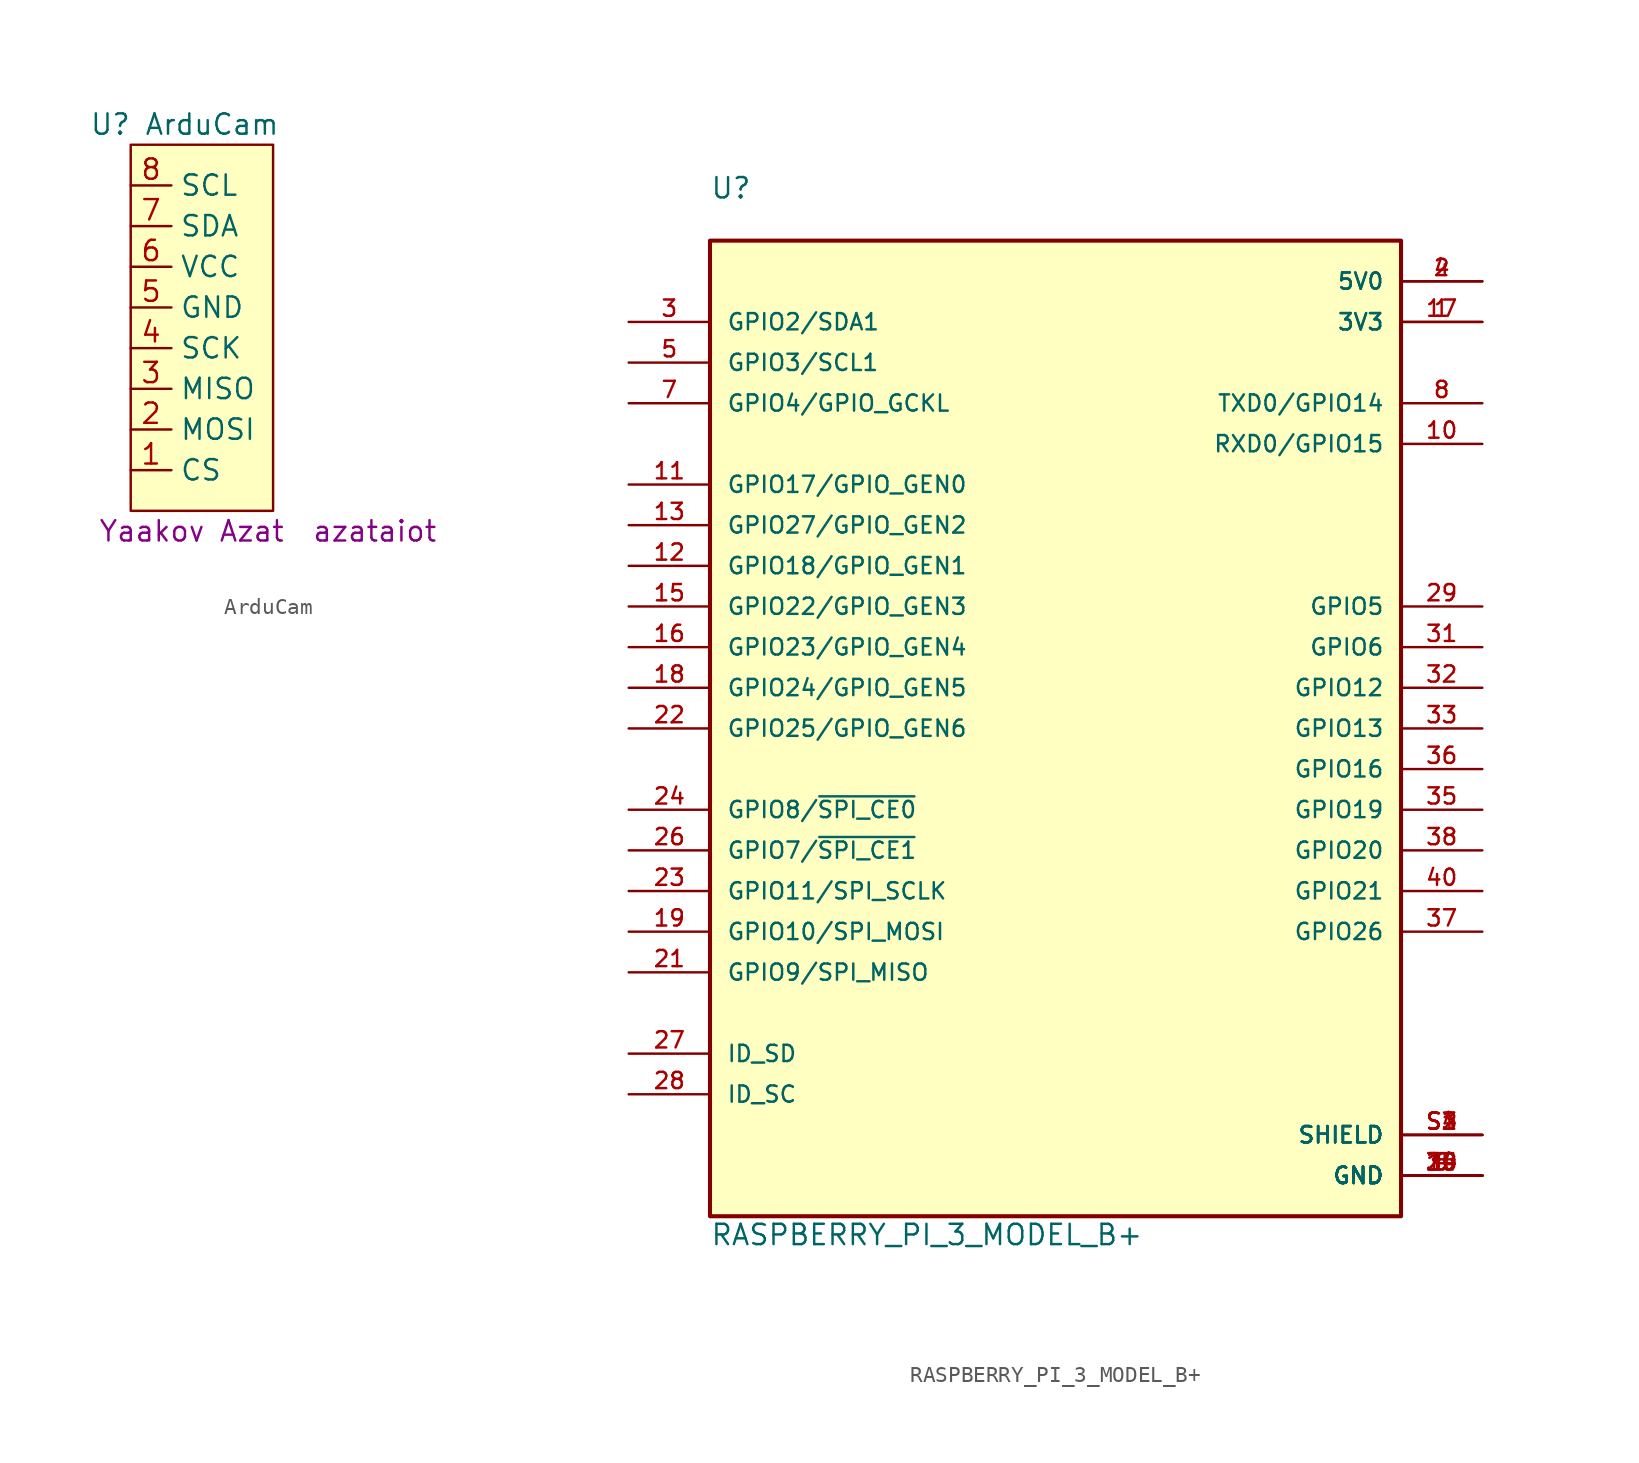
<source format=kicad_sym>
(kicad_symbol_lib
  (version 20211014)
  (generator kicad_symbol_editor)
  (symbol "ArduCam"
    (property "Reference" "U"
      (at -1.27 12.7 0)
      (effects (font (size 1.27 1.27))))
    (property "Value" "ArduCam"
      (at 5.08 12.7 0)
      (effects (font (size 1.27 1.27))))
    (property "Author" "Yaakov Azat"
      (at 3.81 -12.7 0)
      (effects (font (size 1.27 1.27))))
    (property "Github ID" "azataiot"
      (at 15.24 -12.7 0)
      (effects (font (size 1.27 1.27))))
    (symbol "ArduCam_0_1"
      (rectangle (start 0 11.43) (end 8.89 -11.43) (stroke (width 0) (type default) (color 0 0 0 0)) (fill (type background))))
    (symbol "ArduCam_1_1"
      (pin bidirectional line (at 0 -8.89 0) (length 2.54) (name "CS" (effects (font (size 1.27 1.27)))) (number "1" (effects (font (size 1.27 1.27)))))
      (pin bidirectional line (at 0 -6.35 0) (length 2.54) (name "MOSI" (effects (font (size 1.27 1.27)))) (number "2" (effects (font (size 1.27 1.27)))))
      (pin bidirectional line (at 0 -3.81 0) (length 2.54) (name "MISO" (effects (font (size 1.27 1.27)))) (number "3" (effects (font (size 1.27 1.27)))))
      (pin bidirectional line (at 0 -1.27 0) (length 2.54) (name "SCK" (effects (font (size 1.27 1.27)))) (number "4" (effects (font (size 1.27 1.27)))))
      (pin power_in line (at 0 1.27 0) (length 2.54) (name "GND" (effects (font (size 1.27 1.27)))) (number "5" (effects (font (size 1.27 1.27)))))
      (pin power_in line (at 0 3.81 0) (length 2.54) (name "VCC" (effects (font (size 1.27 1.27)))) (number "6" (effects (font (size 1.27 1.27)))))
      (pin bidirectional line (at 0 6.35 0) (length 2.54) (name "SDA" (effects (font (size 1.27 1.27)))) (number "7" (effects (font (size 1.27 1.27)))))
      (pin bidirectional line (at 0 8.89 0) (length 2.54) (name "SCL" (effects (font (size 1.27 1.27)))) (number "8" (effects (font (size 1.27 1.27)))))))
  (symbol "RASPBERRY_PI_3_MODEL_B+"
    (pin_names
      (offset 1.016))
    (property "Reference" "U"
      (at -22.86 27.94 0)
      (effects (font (size 1.27 1.27)) (justify left bottom)))
    (property "Value" "RASPBERRY_PI_3_MODEL_B+"
      (at -22.86 -37.465 0)
      (effects (font (size 1.27 1.27)) (justify left bottom)))
    (property "ki_locked" ""
      (at 0 0 0)
      (effects (font (size 1.27 1.27))))
    (symbol "RASPBERRY_PI_3_MODEL_B+_0_0"
      (rectangle (start -22.86 -35.56) (end 20.32 25.4) (stroke (width 0.254) (type default) (color 0 0 0 0)) (fill (type background)))
      (pin power_in line (at 25.4 20.32 180) (length 5.08) (name "3V3" (effects (font (size 1.016 1.016)))) (number "1" (effects (font (size 1.016 1.016)))))
      (pin bidirectional line (at 25.4 12.7 180) (length 5.08) (name "RXD0/GPIO15" (effects (font (size 1.016 1.016)))) (number "10" (effects (font (size 1.016 1.016)))))
      (pin bidirectional line (at -27.94 10.16 0) (length 5.08) (name "GPIO17/GPIO_GEN0" (effects (font (size 1.016 1.016)))) (number "11" (effects (font (size 1.016 1.016)))))
      (pin bidirectional line (at -27.94 5.08 0) (length 5.08) (name "GPIO18/GPIO_GEN1" (effects (font (size 1.016 1.016)))) (number "12" (effects (font (size 1.016 1.016)))))
      (pin bidirectional line (at -27.94 7.62 0) (length 5.08) (name "GPIO27/GPIO_GEN2" (effects (font (size 1.016 1.016)))) (number "13" (effects (font (size 1.016 1.016)))))
      (pin power_in line (at 25.4 -33.02 180) (length 5.08) (name "GND" (effects (font (size 1.016 1.016)))) (number "14" (effects (font (size 1.016 1.016)))))
      (pin bidirectional line (at -27.94 2.54 0) (length 5.08) (name "GPIO22/GPIO_GEN3" (effects (font (size 1.016 1.016)))) (number "15" (effects (font (size 1.016 1.016)))))
      (pin bidirectional line (at -27.94 0 0) (length 5.08) (name "GPIO23/GPIO_GEN4" (effects (font (size 1.016 1.016)))) (number "16" (effects (font (size 1.016 1.016)))))
      (pin power_in line (at 25.4 20.32 180) (length 5.08) (name "3V3" (effects (font (size 1.016 1.016)))) (number "17" (effects (font (size 1.016 1.016)))))
      (pin bidirectional line (at -27.94 -2.54 0) (length 5.08) (name "GPIO24/GPIO_GEN5" (effects (font (size 1.016 1.016)))) (number "18" (effects (font (size 1.016 1.016)))))
      (pin bidirectional line (at -27.94 -17.78 0) (length 5.08) (name "GPIO10/SPI_MOSI" (effects (font (size 1.016 1.016)))) (number "19" (effects (font (size 1.016 1.016)))))
      (pin power_in line (at 25.4 22.86 180) (length 5.08) (name "5V0" (effects (font (size 1.016 1.016)))) (number "2" (effects (font (size 1.016 1.016)))))
      (pin power_in line (at 25.4 -33.02 180) (length 5.08) (name "GND" (effects (font (size 1.016 1.016)))) (number "20" (effects (font (size 1.016 1.016)))))
      (pin bidirectional line (at -27.94 -20.32 0) (length 5.08) (name "GPIO9/SPI_MISO" (effects (font (size 1.016 1.016)))) (number "21" (effects (font (size 1.016 1.016)))))
      (pin bidirectional line (at -27.94 -5.08 0) (length 5.08) (name "GPIO25/GPIO_GEN6" (effects (font (size 1.016 1.016)))) (number "22" (effects (font (size 1.016 1.016)))))
      (pin bidirectional line (at -27.94 -15.24 0) (length 5.08) (name "GPIO11/SPI_SCLK" (effects (font (size 1.016 1.016)))) (number "23" (effects (font (size 1.016 1.016)))))
      (pin bidirectional line (at -27.94 -10.16 0) (length 5.08) (name "GPIO8/~{SPI_CE0}" (effects (font (size 1.016 1.016)))) (number "24" (effects (font (size 1.016 1.016)))))
      (pin power_in line (at 25.4 -33.02 180) (length 5.08) (name "GND" (effects (font (size 1.016 1.016)))) (number "25" (effects (font (size 1.016 1.016)))))
      (pin bidirectional line (at -27.94 -12.7 0) (length 5.08) (name "GPIO7/~{SPI_CE1}" (effects (font (size 1.016 1.016)))) (number "26" (effects (font (size 1.016 1.016)))))
      (pin bidirectional line (at -27.94 -25.4 0) (length 5.08) (name "ID_SD" (effects (font (size 1.016 1.016)))) (number "27" (effects (font (size 1.016 1.016)))))
      (pin bidirectional line (at -27.94 -27.94 0) (length 5.08) (name "ID_SC" (effects (font (size 1.016 1.016)))) (number "28" (effects (font (size 1.016 1.016)))))
      (pin bidirectional line (at 25.4 2.54 180) (length 5.08) (name "GPIO5" (effects (font (size 1.016 1.016)))) (number "29" (effects (font (size 1.016 1.016)))))
      (pin bidirectional line (at -27.94 20.32 0) (length 5.08) (name "GPIO2/SDA1" (effects (font (size 1.016 1.016)))) (number "3" (effects (font (size 1.016 1.016)))))
      (pin power_in line (at 25.4 -33.02 180) (length 5.08) (name "GND" (effects (font (size 1.016 1.016)))) (number "30" (effects (font (size 1.016 1.016)))))
      (pin bidirectional line (at 25.4 0 180) (length 5.08) (name "GPIO6" (effects (font (size 1.016 1.016)))) (number "31" (effects (font (size 1.016 1.016)))))
      (pin bidirectional line (at 25.4 -2.54 180) (length 5.08) (name "GPIO12" (effects (font (size 1.016 1.016)))) (number "32" (effects (font (size 1.016 1.016)))))
      (pin bidirectional line (at 25.4 -5.08 180) (length 5.08) (name "GPIO13" (effects (font (size 1.016 1.016)))) (number "33" (effects (font (size 1.016 1.016)))))
      (pin power_in line (at 25.4 -33.02 180) (length 5.08) (name "GND" (effects (font (size 1.016 1.016)))) (number "34" (effects (font (size 1.016 1.016)))))
      (pin bidirectional line (at 25.4 -10.16 180) (length 5.08) (name "GPIO19" (effects (font (size 1.016 1.016)))) (number "35" (effects (font (size 1.016 1.016)))))
      (pin bidirectional line (at 25.4 -7.62 180) (length 5.08) (name "GPIO16" (effects (font (size 1.016 1.016)))) (number "36" (effects (font (size 1.016 1.016)))))
      (pin bidirectional line (at 25.4 -17.78 180) (length 5.08) (name "GPIO26" (effects (font (size 1.016 1.016)))) (number "37" (effects (font (size 1.016 1.016)))))
      (pin bidirectional line (at 25.4 -12.7 180) (length 5.08) (name "GPIO20" (effects (font (size 1.016 1.016)))) (number "38" (effects (font (size 1.016 1.016)))))
      (pin power_in line (at 25.4 -33.02 180) (length 5.08) (name "GND" (effects (font (size 1.016 1.016)))) (number "39" (effects (font (size 1.016 1.016)))))
      (pin power_in line (at 25.4 22.86 180) (length 5.08) (name "5V0" (effects (font (size 1.016 1.016)))) (number "4" (effects (font (size 1.016 1.016)))))
      (pin bidirectional line (at 25.4 -15.24 180) (length 5.08) (name "GPIO21" (effects (font (size 1.016 1.016)))) (number "40" (effects (font (size 1.016 1.016)))))
      (pin bidirectional line (at -27.94 17.78 0) (length 5.08) (name "GPIO3/SCL1" (effects (font (size 1.016 1.016)))) (number "5" (effects (font (size 1.016 1.016)))))
      (pin power_in line (at 25.4 -33.02 180) (length 5.08) (name "GND" (effects (font (size 1.016 1.016)))) (number "6" (effects (font (size 1.016 1.016)))))
      (pin bidirectional line (at -27.94 15.24 0) (length 5.08) (name "GPIO4/GPIO_GCKL" (effects (font (size 1.016 1.016)))) (number "7" (effects (font (size 1.016 1.016)))))
      (pin bidirectional line (at 25.4 15.24 180) (length 5.08) (name "TXD0/GPIO14" (effects (font (size 1.016 1.016)))) (number "8" (effects (font (size 1.016 1.016)))))
      (pin power_in line (at 25.4 -33.02 180) (length 5.08) (name "GND" (effects (font (size 1.016 1.016)))) (number "9" (effects (font (size 1.016 1.016)))))
      (pin power_in line (at 25.4 -30.48 180) (length 5.08) (name "SHIELD" (effects (font (size 1.016 1.016)))) (number "S1" (effects (font (size 1.016 1.016)))))
      (pin power_in line (at 25.4 -30.48 180) (length 5.08) (name "SHIELD" (effects (font (size 1.016 1.016)))) (number "S2" (effects (font (size 1.016 1.016)))))
      (pin power_in line (at 25.4 -30.48 180) (length 5.08) (name "SHIELD" (effects (font (size 1.016 1.016)))) (number "S3" (effects (font (size 1.016 1.016)))))
      (pin power_in line (at 25.4 -30.48 180) (length 5.08) (name "SHIELD" (effects (font (size 1.016 1.016)))) (number "S4" (effects (font (size 1.016 1.016))))))))
</source>
